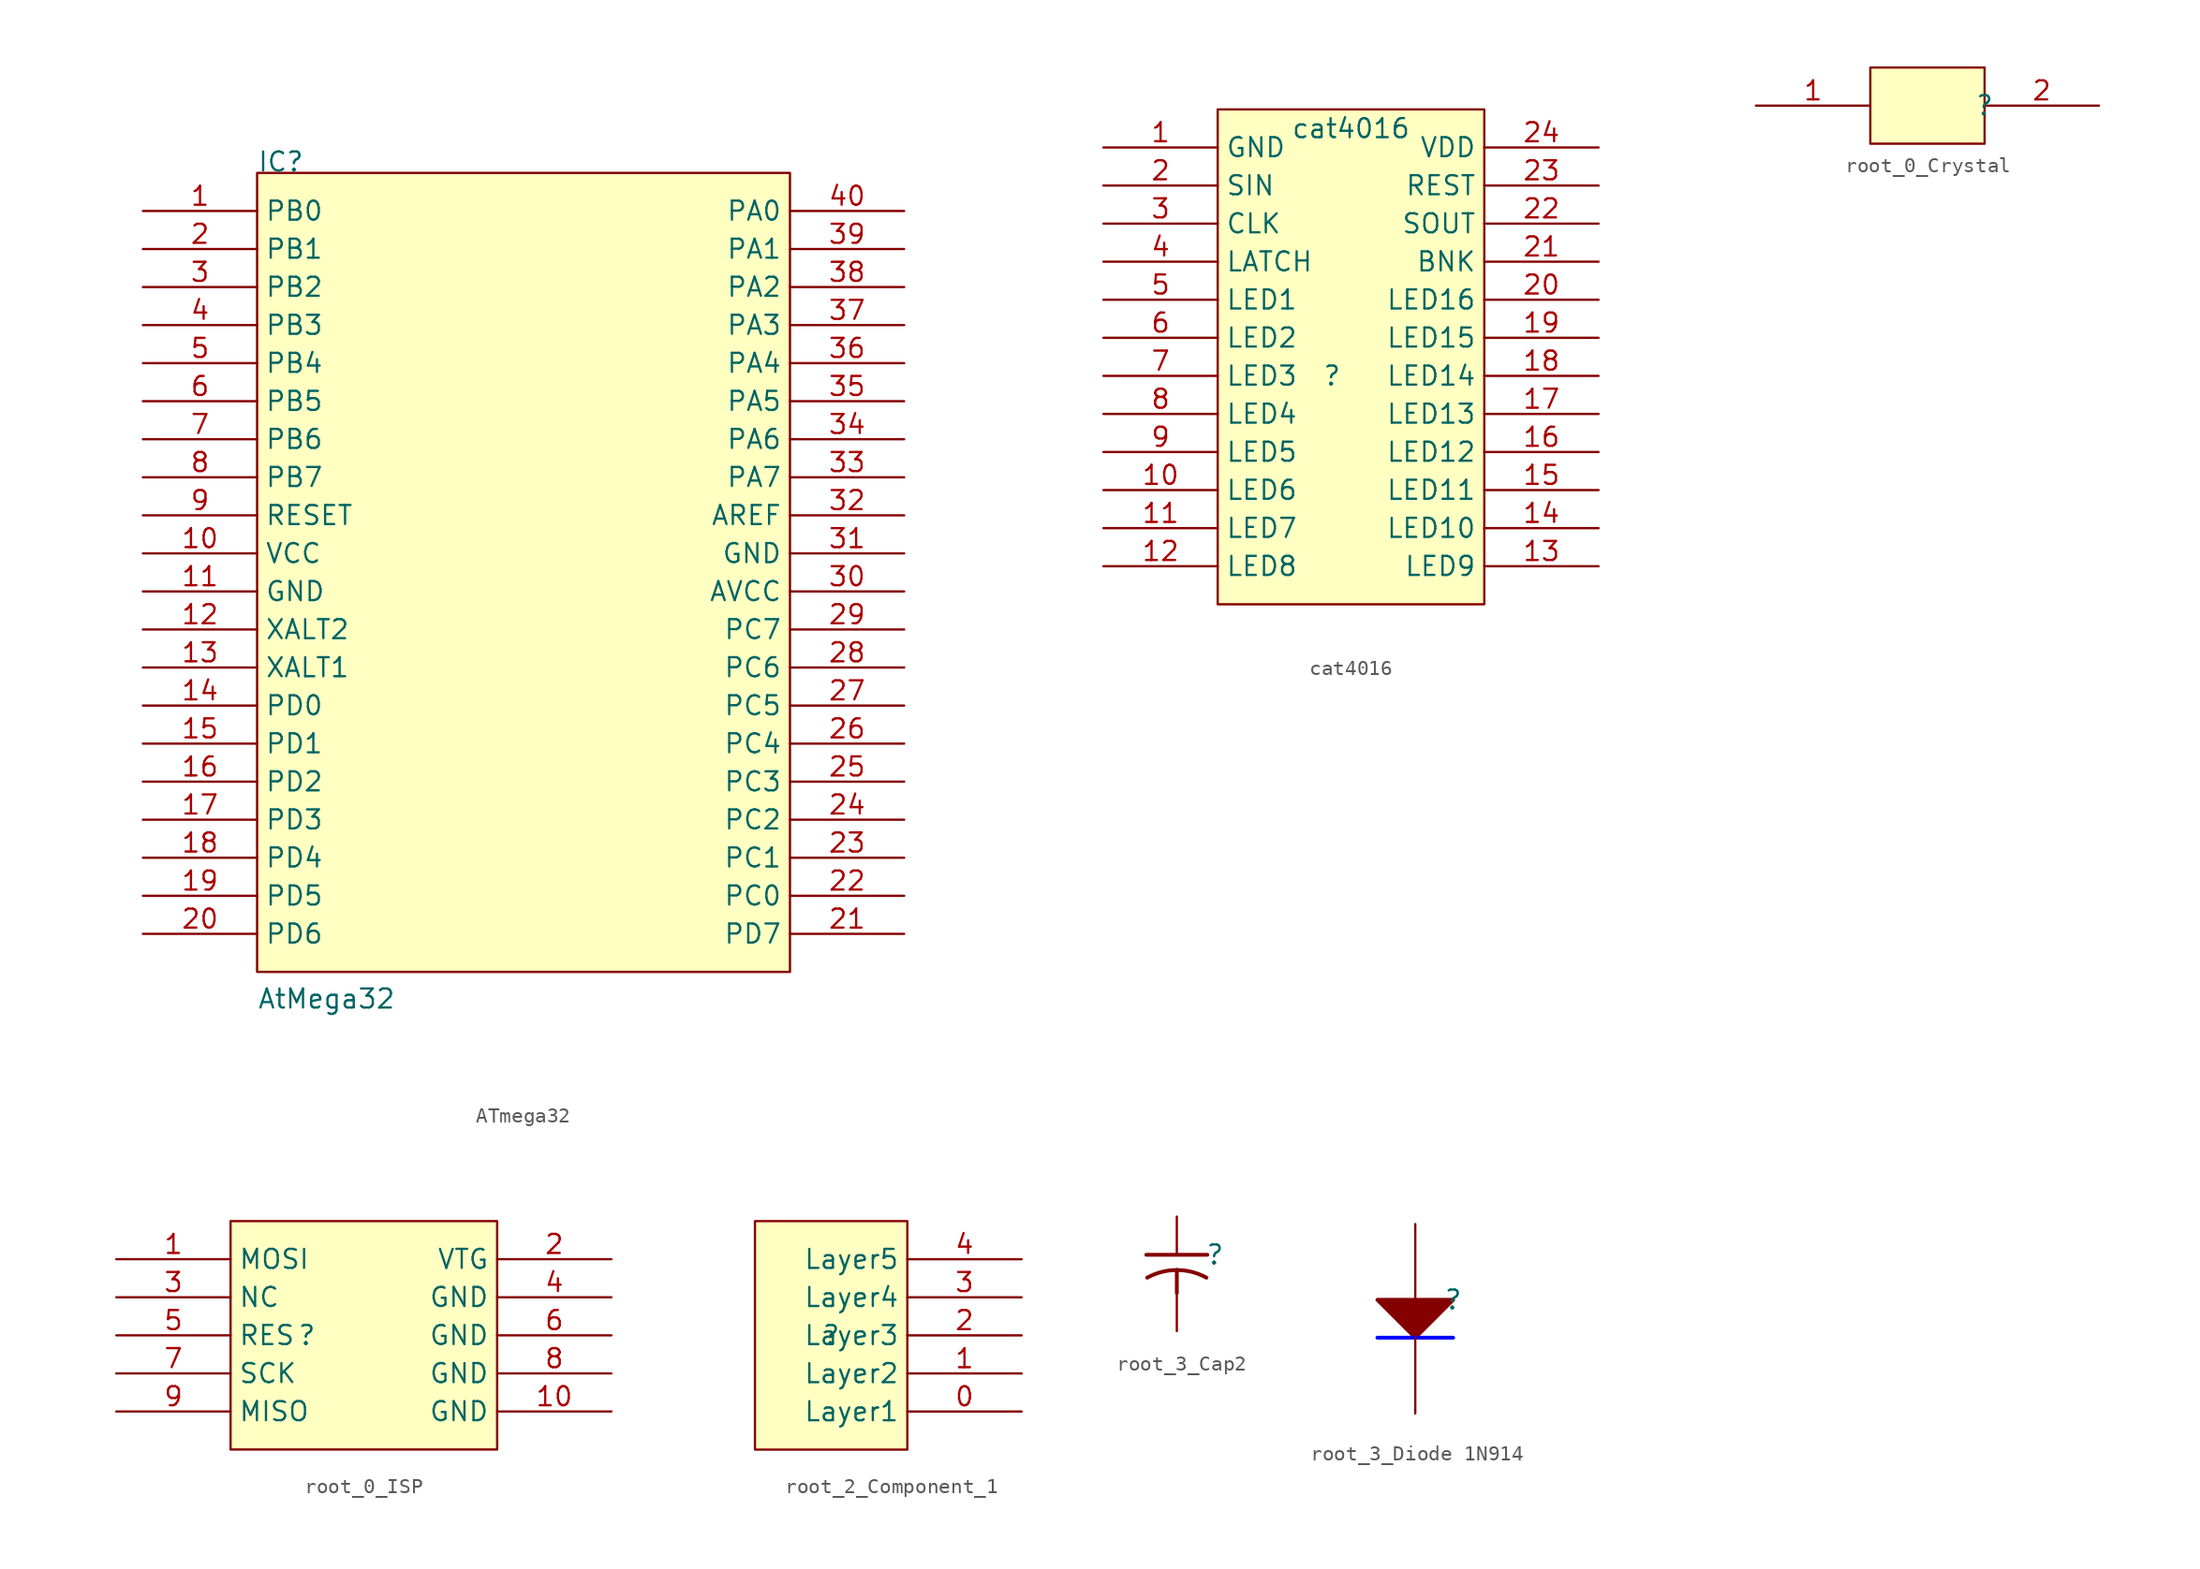
<source format=kicad_sym>
(kicad_symbol_lib
  (version 20220914)
  (generator kicad_symbol_editor)
  (symbol "ATmega32"
    (property "Reference" "IC"
      (at -15.24 96.52 0)
      (effects (font (size 1.27 1.27)) (justify left bottom)))
    (property "Value" "AtMega32"
      (at -15.24 40.64 0)
      (effects (font (size 1.27 1.27)) (justify left bottom)))
    (symbol "ATmega32_1_0"
      (rectangle (start 20.32 96.52) (end -15.24 43.18) (stroke (width 0) (type solid)) (fill (type background)))
      (pin passive line (at -22.86 93.98 0) (length 7.62) (name "PB0" (effects (font (size 1.27 1.27)))) (number "1" (effects (font (size 1.27 1.27)))))
      (pin passive line (at -22.86 71.12 0) (length 7.62) (name "VCC" (effects (font (size 1.27 1.27)))) (number "10" (effects (font (size 1.27 1.27)))))
      (pin passive line (at -22.86 68.58 0) (length 7.62) (name "GND" (effects (font (size 1.27 1.27)))) (number "11" (effects (font (size 1.27 1.27)))))
      (pin passive line (at -22.86 66.04 0) (length 7.62) (name "XALT2" (effects (font (size 1.27 1.27)))) (number "12" (effects (font (size 1.27 1.27)))))
      (pin passive line (at -22.86 63.5 0) (length 7.62) (name "XALT1" (effects (font (size 1.27 1.27)))) (number "13" (effects (font (size 1.27 1.27)))))
      (pin passive line (at -22.86 60.96 0) (length 7.62) (name "PD0" (effects (font (size 1.27 1.27)))) (number "14" (effects (font (size 1.27 1.27)))))
      (pin passive line (at -22.86 58.42 0) (length 7.62) (name "PD1" (effects (font (size 1.27 1.27)))) (number "15" (effects (font (size 1.27 1.27)))))
      (pin passive line (at -22.86 55.88 0) (length 7.62) (name "PD2" (effects (font (size 1.27 1.27)))) (number "16" (effects (font (size 1.27 1.27)))))
      (pin passive line (at -22.86 53.34 0) (length 7.62) (name "PD3" (effects (font (size 1.27 1.27)))) (number "17" (effects (font (size 1.27 1.27)))))
      (pin passive line (at -22.86 50.8 0) (length 7.62) (name "PD4" (effects (font (size 1.27 1.27)))) (number "18" (effects (font (size 1.27 1.27)))))
      (pin passive line (at -22.86 48.26 0) (length 7.62) (name "PD5" (effects (font (size 1.27 1.27)))) (number "19" (effects (font (size 1.27 1.27)))))
      (pin passive line (at -22.86 91.44 0) (length 7.62) (name "PB1" (effects (font (size 1.27 1.27)))) (number "2" (effects (font (size 1.27 1.27)))))
      (pin passive line (at -22.86 45.72 0) (length 7.62) (name "PD6" (effects (font (size 1.27 1.27)))) (number "20" (effects (font (size 1.27 1.27)))))
      (pin passive line (at 27.94 45.72 180) (length 7.62) (name "PD7" (effects (font (size 1.27 1.27)))) (number "21" (effects (font (size 1.27 1.27)))))
      (pin passive line (at 27.94 48.26 180) (length 7.62) (name "PC0" (effects (font (size 1.27 1.27)))) (number "22" (effects (font (size 1.27 1.27)))))
      (pin passive line (at 27.94 50.8 180) (length 7.62) (name "PC1" (effects (font (size 1.27 1.27)))) (number "23" (effects (font (size 1.27 1.27)))))
      (pin passive line (at 27.94 53.34 180) (length 7.62) (name "PC2" (effects (font (size 1.27 1.27)))) (number "24" (effects (font (size 1.27 1.27)))))
      (pin passive line (at 27.94 55.88 180) (length 7.62) (name "PC3" (effects (font (size 1.27 1.27)))) (number "25" (effects (font (size 1.27 1.27)))))
      (pin passive line (at 27.94 58.42 180) (length 7.62) (name "PC4" (effects (font (size 1.27 1.27)))) (number "26" (effects (font (size 1.27 1.27)))))
      (pin passive line (at 27.94 60.96 180) (length 7.62) (name "PC5" (effects (font (size 1.27 1.27)))) (number "27" (effects (font (size 1.27 1.27)))))
      (pin passive line (at 27.94 63.5 180) (length 7.62) (name "PC6" (effects (font (size 1.27 1.27)))) (number "28" (effects (font (size 1.27 1.27)))))
      (pin passive line (at 27.94 66.04 180) (length 7.62) (name "PC7" (effects (font (size 1.27 1.27)))) (number "29" (effects (font (size 1.27 1.27)))))
      (pin passive line (at -22.86 88.9 0) (length 7.62) (name "PB2" (effects (font (size 1.27 1.27)))) (number "3" (effects (font (size 1.27 1.27)))))
      (pin passive line (at 27.94 68.58 180) (length 7.62) (name "AVCC" (effects (font (size 1.27 1.27)))) (number "30" (effects (font (size 1.27 1.27)))))
      (pin passive line (at 27.94 71.12 180) (length 7.62) (name "GND" (effects (font (size 1.27 1.27)))) (number "31" (effects (font (size 1.27 1.27)))))
      (pin passive line (at 27.94 73.66 180) (length 7.62) (name "AREF" (effects (font (size 1.27 1.27)))) (number "32" (effects (font (size 1.27 1.27)))))
      (pin passive line (at 27.94 76.2 180) (length 7.62) (name "PA7" (effects (font (size 1.27 1.27)))) (number "33" (effects (font (size 1.27 1.27)))))
      (pin passive line (at 27.94 78.74 180) (length 7.62) (name "PA6" (effects (font (size 1.27 1.27)))) (number "34" (effects (font (size 1.27 1.27)))))
      (pin passive line (at 27.94 81.28 180) (length 7.62) (name "PA5" (effects (font (size 1.27 1.27)))) (number "35" (effects (font (size 1.27 1.27)))))
      (pin passive line (at 27.94 83.82 180) (length 7.62) (name "PA4" (effects (font (size 1.27 1.27)))) (number "36" (effects (font (size 1.27 1.27)))))
      (pin passive line (at 27.94 86.36 180) (length 7.62) (name "PA3" (effects (font (size 1.27 1.27)))) (number "37" (effects (font (size 1.27 1.27)))))
      (pin passive line (at 27.94 88.9 180) (length 7.62) (name "PA2" (effects (font (size 1.27 1.27)))) (number "38" (effects (font (size 1.27 1.27)))))
      (pin passive line (at 27.94 91.44 180) (length 7.62) (name "PA1" (effects (font (size 1.27 1.27)))) (number "39" (effects (font (size 1.27 1.27)))))
      (pin passive line (at -22.86 86.36 0) (length 7.62) (name "PB3" (effects (font (size 1.27 1.27)))) (number "4" (effects (font (size 1.27 1.27)))))
      (pin passive line (at 27.94 93.98 180) (length 7.62) (name "PA0" (effects (font (size 1.27 1.27)))) (number "40" (effects (font (size 1.27 1.27)))))
      (pin passive line (at -22.86 83.82 0) (length 7.62) (name "PB4" (effects (font (size 1.27 1.27)))) (number "5" (effects (font (size 1.27 1.27)))))
      (pin passive line (at -22.86 81.28 0) (length 7.62) (name "PB5" (effects (font (size 1.27 1.27)))) (number "6" (effects (font (size 1.27 1.27)))))
      (pin passive line (at -22.86 78.74 0) (length 7.62) (name "PB6" (effects (font (size 1.27 1.27)))) (number "7" (effects (font (size 1.27 1.27)))))
      (pin passive line (at -22.86 76.2 0) (length 7.62) (name "PB7" (effects (font (size 1.27 1.27)))) (number "8" (effects (font (size 1.27 1.27)))))
      (pin passive line (at -22.86 73.66 0) (length 7.62) (name "RESET" (effects (font (size 1.27 1.27)))) (number "9" (effects (font (size 1.27 1.27)))))))
  (symbol "cat4016"
    (property "Reference" ""
      (at 0 0 0)
      (effects (font (size 1.27 1.27))))
    (property "Value" "cat4016"
      (at 1.27 16.51 0)
      (effects (font (size 1.27 1.27))))
    (symbol "cat4016_1_0"
      (rectangle (start -7.62 17.78) (end 10.16 -15.24) (stroke (width 0) (type solid)) (fill (type background)))
      (pin passive line (at -15.24 15.24 0) (length 7.62) (name "GND" (effects (font (size 1.27 1.27)))) (number "1" (effects (font (size 1.27 1.27)))))
      (pin passive line (at -15.24 -7.62 0) (length 7.62) (name "LED6" (effects (font (size 1.27 1.27)))) (number "10" (effects (font (size 1.27 1.27)))))
      (pin passive line (at -15.24 -10.16 0) (length 7.62) (name "LED7" (effects (font (size 1.27 1.27)))) (number "11" (effects (font (size 1.27 1.27)))))
      (pin passive line (at -15.24 -12.7 0) (length 7.62) (name "LED8" (effects (font (size 1.27 1.27)))) (number "12" (effects (font (size 1.27 1.27)))))
      (pin passive line (at 17.78 -12.7 180) (length 7.62) (name "LED9" (effects (font (size 1.27 1.27)))) (number "13" (effects (font (size 1.27 1.27)))))
      (pin passive line (at 17.78 -10.16 180) (length 7.62) (name "LED10" (effects (font (size 1.27 1.27)))) (number "14" (effects (font (size 1.27 1.27)))))
      (pin passive line (at 17.78 -7.62 180) (length 7.62) (name "LED11" (effects (font (size 1.27 1.27)))) (number "15" (effects (font (size 1.27 1.27)))))
      (pin passive line (at 17.78 -5.08 180) (length 7.62) (name "LED12" (effects (font (size 1.27 1.27)))) (number "16" (effects (font (size 1.27 1.27)))))
      (pin passive line (at 17.78 -2.54 180) (length 7.62) (name "LED13" (effects (font (size 1.27 1.27)))) (number "17" (effects (font (size 1.27 1.27)))))
      (pin passive line (at 17.78 0 180) (length 7.62) (name "LED14" (effects (font (size 1.27 1.27)))) (number "18" (effects (font (size 1.27 1.27)))))
      (pin passive line (at 17.78 2.54 180) (length 7.62) (name "LED15" (effects (font (size 1.27 1.27)))) (number "19" (effects (font (size 1.27 1.27)))))
      (pin input line (at -15.24 12.7 0) (length 7.62) (name "SIN" (effects (font (size 1.27 1.27)))) (number "2" (effects (font (size 1.27 1.27)))))
      (pin passive line (at 17.78 5.08 180) (length 7.62) (name "LED16" (effects (font (size 1.27 1.27)))) (number "20" (effects (font (size 1.27 1.27)))))
      (pin passive line (at 17.78 7.62 180) (length 7.62) (name "BNK" (effects (font (size 1.27 1.27)))) (number "21" (effects (font (size 1.27 1.27)))))
      (pin passive line (at 17.78 10.16 180) (length 7.62) (name "SOUT" (effects (font (size 1.27 1.27)))) (number "22" (effects (font (size 1.27 1.27)))))
      (pin passive line (at 17.78 12.7 180) (length 7.62) (name "REST" (effects (font (size 1.27 1.27)))) (number "23" (effects (font (size 1.27 1.27)))))
      (pin passive line (at 17.78 15.24 180) (length 7.62) (name "VDD" (effects (font (size 1.27 1.27)))) (number "24" (effects (font (size 1.27 1.27)))))
      (pin passive line (at -15.24 10.16 0) (length 7.62) (name "CLK" (effects (font (size 1.27 1.27)))) (number "3" (effects (font (size 1.27 1.27)))))
      (pin passive line (at -15.24 7.62 0) (length 7.62) (name "LATCH" (effects (font (size 1.27 1.27)))) (number "4" (effects (font (size 1.27 1.27)))))
      (pin passive line (at -15.24 5.08 0) (length 7.62) (name "LED1" (effects (font (size 1.27 1.27)))) (number "5" (effects (font (size 1.27 1.27)))))
      (pin passive line (at -15.24 2.54 0) (length 7.62) (name "LED2" (effects (font (size 1.27 1.27)))) (number "6" (effects (font (size 1.27 1.27)))))
      (pin passive line (at -15.24 0 0) (length 7.62) (name "LED3" (effects (font (size 1.27 1.27)))) (number "7" (effects (font (size 1.27 1.27)))))
      (pin passive line (at -15.24 -2.54 0) (length 7.62) (name "LED4" (effects (font (size 1.27 1.27)))) (number "8" (effects (font (size 1.27 1.27)))))
      (pin passive line (at -15.24 -5.08 0) (length 7.62) (name "LED5" (effects (font (size 1.27 1.27)))) (number "9" (effects (font (size 1.27 1.27)))))))
  (symbol "root_0_Crystal"
    (property "Reference" ""
      (at 0 0 0)
      (effects (font (size 1.27 1.27))))
    (property "Value" ""
      (at 0 0 0)
      (effects (font (size 1.27 1.27))))
    (symbol "root_0_Crystal_1_0"
      (rectangle (start 0 2.54) (end -7.62 -2.54) (stroke (width 0) (type solid)) (fill (type background)))
      (pin passive line (at -15.24 0 0) (length 7.62) (name "" (effects (font (size 1.27 1.27)))) (number "1" (effects (font (size 1.27 1.27)))))
      (pin passive line (at 7.62 0 180) (length 7.62) (name "" (effects (font (size 1.27 1.27)))) (number "2" (effects (font (size 1.27 1.27)))))))
  (symbol "root_0_ISP"
    (property "Reference" ""
      (at 0 0 0)
      (effects (font (size 1.27 1.27))))
    (property "Value" ""
      (at 0 0 0)
      (effects (font (size 1.27 1.27))))
    (symbol "root_0_ISP_1_0"
      (rectangle (start 12.7 7.62) (end -5.08 -7.62) (stroke (width 0) (type solid)) (fill (type background)))
      (pin passive line (at -12.7 5.08 0) (length 7.62) (name "MOSI" (effects (font (size 1.27 1.27)))) (number "1" (effects (font (size 1.27 1.27)))))
      (pin passive line (at 20.32 -5.08 180) (length 7.62) (name "GND" (effects (font (size 1.27 1.27)))) (number "10" (effects (font (size 1.27 1.27)))))
      (pin passive line (at 20.32 5.08 180) (length 7.62) (name "VTG" (effects (font (size 1.27 1.27)))) (number "2" (effects (font (size 1.27 1.27)))))
      (pin passive line (at -12.7 2.54 0) (length 7.62) (name "NC" (effects (font (size 1.27 1.27)))) (number "3" (effects (font (size 1.27 1.27)))))
      (pin passive line (at 20.32 2.54 180) (length 7.62) (name "GND" (effects (font (size 1.27 1.27)))) (number "4" (effects (font (size 1.27 1.27)))))
      (pin passive line (at -12.7 0 0) (length 7.62) (name "RES" (effects (font (size 1.27 1.27)))) (number "5" (effects (font (size 1.27 1.27)))))
      (pin passive line (at 20.32 0 180) (length 7.62) (name "GND" (effects (font (size 1.27 1.27)))) (number "6" (effects (font (size 1.27 1.27)))))
      (pin passive line (at -12.7 -2.54 0) (length 7.62) (name "SCK" (effects (font (size 1.27 1.27)))) (number "7" (effects (font (size 1.27 1.27)))))
      (pin passive line (at 20.32 -2.54 180) (length 7.62) (name "GND" (effects (font (size 1.27 1.27)))) (number "8" (effects (font (size 1.27 1.27)))))
      (pin passive line (at -12.7 -5.08 0) (length 7.62) (name "MISO" (effects (font (size 1.27 1.27)))) (number "9" (effects (font (size 1.27 1.27)))))))
  (symbol "root_2_Component_1"
    (property "Reference" ""
      (at 0 0 0)
      (effects (font (size 1.27 1.27))))
    (property "Value" ""
      (at 0 0 0)
      (effects (font (size 1.27 1.27))))
    (symbol "root_2_Component_1_1_0"
      (rectangle (start 5.08 7.62) (end -5.08 -7.62) (stroke (width 0) (type solid)) (fill (type background)))
      (pin passive line (at 12.7 -5.08 180) (length 7.62) (name "Layer1" (effects (font (size 1.27 1.27)))) (number "0" (effects (font (size 1.27 1.27)))))
      (pin passive line (at 12.7 -2.54 180) (length 7.62) (name "Layer2" (effects (font (size 1.27 1.27)))) (number "1" (effects (font (size 1.27 1.27)))))
      (pin passive line (at 12.7 0 180) (length 7.62) (name "Layer3" (effects (font (size 1.27 1.27)))) (number "2" (effects (font (size 1.27 1.27)))))
      (pin passive line (at 12.7 2.54 180) (length 7.62) (name "Layer4" (effects (font (size 1.27 1.27)))) (number "3" (effects (font (size 1.27 1.27)))))
      (pin passive line (at 12.7 5.08 180) (length 7.62) (name "Layer5" (effects (font (size 1.27 1.27)))) (number "4" (effects (font (size 1.27 1.27)))))))
  (symbol "root_3_Cap2"
    (property "Reference" ""
      (at 0 0 0)
      (effects (font (size 1.27 1.27))))
    (property "Value" ""
      (at 0 0 0)
      (effects (font (size 1.27 1.27))))
    (symbol "root_3_Cap2_1_0"
      (arc (start -2.54 -1.016) (mid -3.5575 -1.1454) (end -4.5103 -1.5255) (stroke (width 0.254) (type solid)) (fill (type none)))
      (arc (start -0.5697 -1.5255) (mid -1.5224 -1.1454) (end -2.54 -1.016) (stroke (width 0.254) (type solid)) (fill (type none)))
      (polyline (pts (xy -4.572 0) (xy -0.508 0)) (stroke (width 0.254) (type solid)) (fill (type none)))
      (polyline (pts (xy -2.54 -1.016) (xy -2.54 -2.54)) (stroke (width 0.254) (type solid)) (fill (type none)))
      (pin passive line (at -2.54 2.54 270) (length 2.54) (name "1" (effects (font (size 0 0)))) (number "1" (effects (font (size 0 0)))))
      (pin passive line (at -2.54 -5.08 90) (length 2.54) (name "2" (effects (font (size 0 0)))) (number "2" (effects (font (size 0 0)))))))
  (symbol "root_3_Diode 1N914"
    (property "Reference" ""
      (at 0 0 0)
      (effects (font (size 1.27 1.27))))
    (property "Value" ""
      (at 0 0 0)
      (effects (font (size 1.27 1.27))))
    (symbol "root_3_Diode 1N914_1_0"
      (polyline (pts (xy 0 -2.54) (xy -5.08 -2.54)) (stroke (width 0.254) (type solid) (color 0 0 255 1)) (fill (type none)))
      (polyline (pts (xy -5.08 0) (xy -2.54 -2.54) (xy 0 0) (xy -5.08 0)) (stroke (width 0.254) (type solid)) (fill (type outline)))
      (pin passive line (at -2.54 5.08 270) (length 5.08) (name "A" (effects (font (size 0 0)))) (number "1" (effects (font (size 0 0)))))
      (pin passive line (at -2.54 -7.62 90) (length 5.08) (name "K" (effects (font (size 0 0)))) (number "2" (effects (font (size 0 0))))))))
</source>
